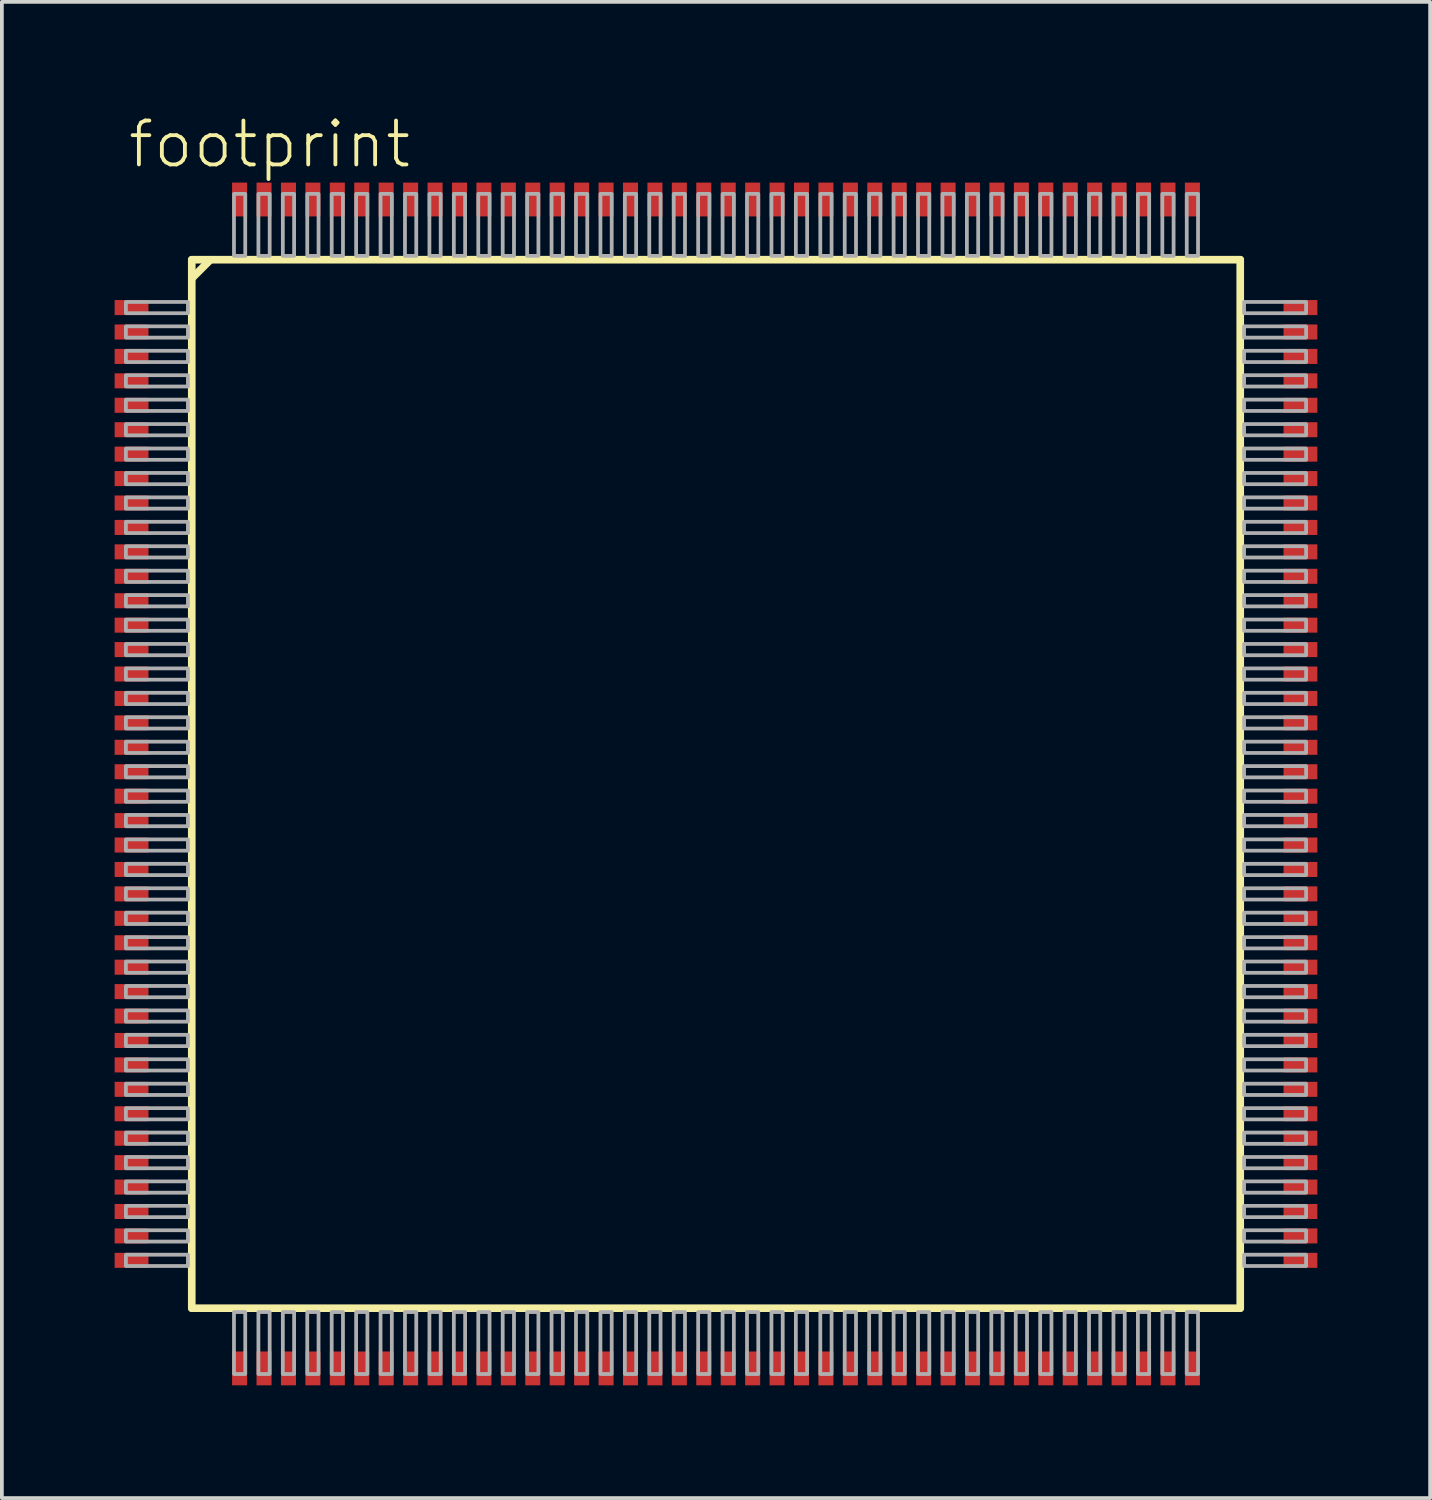
<source format=kicad_pcb>
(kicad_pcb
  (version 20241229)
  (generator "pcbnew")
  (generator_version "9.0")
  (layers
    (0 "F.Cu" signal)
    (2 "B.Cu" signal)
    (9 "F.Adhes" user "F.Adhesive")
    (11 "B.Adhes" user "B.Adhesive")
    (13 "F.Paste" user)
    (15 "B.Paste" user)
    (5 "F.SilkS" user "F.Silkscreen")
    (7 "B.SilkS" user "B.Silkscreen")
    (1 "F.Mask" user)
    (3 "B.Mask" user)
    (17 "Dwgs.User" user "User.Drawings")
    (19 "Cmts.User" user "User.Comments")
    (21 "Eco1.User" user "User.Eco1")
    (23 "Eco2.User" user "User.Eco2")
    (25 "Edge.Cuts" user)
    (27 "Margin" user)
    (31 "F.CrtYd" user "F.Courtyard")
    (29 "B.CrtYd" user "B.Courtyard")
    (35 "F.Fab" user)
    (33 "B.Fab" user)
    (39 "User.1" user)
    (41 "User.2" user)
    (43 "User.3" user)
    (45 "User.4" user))
  (footprint "footprint"
    (layer "F.Cu")
    (at 16 17.808)
    (property "Reference" "footprint" (at -15.7 -16.335 0) (layer "F.SilkS") (effects (font (size 1.168 1.168) (thickness 0.102)) (justify left bottom)))
    (fp_line (start -13.948 -13.948) (end -13.948 13.948) (stroke (width 0.203) (type solid)) (layer "F.SilkS"))
    (fp_line (start -13.948 -13.45) (end -13.45 -13.948) (stroke (width 0.203) (type solid)) (layer "F.SilkS"))
    (fp_line (start -13.948 13.948) (end 13.948 13.948) (stroke (width 0.203) (type solid)) (layer "F.SilkS"))
    (fp_line (start 13.948 -13.948) (end -13.948 -13.948) (stroke (width 0.203) (type solid)) (layer "F.SilkS"))
    (fp_line (start 13.948 13.948) (end 13.948 -13.948) (stroke (width 0.203) (type solid)) (layer "F.SilkS"))
    (fp_poly (pts (xy -15.7 -12.525) (xy -14.05 -12.525) (xy -14.05 -12.825) (xy -15.7 -12.825)) (stroke (width 0.1) (type solid)) (fill no) (layer "F.Fab"))
    (fp_poly (pts (xy -15.7 -11.875) (xy -14.05 -11.875) (xy -14.05 -12.175) (xy -15.7 -12.175)) (stroke (width 0.1) (type solid)) (fill no) (layer "F.Fab"))
    (fp_poly (pts (xy -15.7 -11.225) (xy -14.05 -11.225) (xy -14.05 -11.525) (xy -15.7 -11.525)) (stroke (width 0.1) (type solid)) (fill no) (layer "F.Fab"))
    (fp_poly (pts (xy -15.7 -10.575) (xy -14.05 -10.575) (xy -14.05 -10.875) (xy -15.7 -10.875)) (stroke (width 0.1) (type solid)) (fill no) (layer "F.Fab"))
    (fp_poly (pts (xy -15.7 -9.925) (xy -14.05 -9.925) (xy -14.05 -10.225) (xy -15.7 -10.225)) (stroke (width 0.1) (type solid)) (fill no) (layer "F.Fab"))
    (fp_poly (pts (xy -15.7 -9.275) (xy -14.05 -9.275) (xy -14.05 -9.575) (xy -15.7 -9.575)) (stroke (width 0.1) (type solid)) (fill no) (layer "F.Fab"))
    (fp_poly (pts (xy -15.7 -8.625) (xy -14.05 -8.625) (xy -14.05 -8.925) (xy -15.7 -8.925)) (stroke (width 0.1) (type solid)) (fill no) (layer "F.Fab"))
    (fp_poly (pts (xy -15.7 -7.975) (xy -14.05 -7.975) (xy -14.05 -8.275) (xy -15.7 -8.275)) (stroke (width 0.1) (type solid)) (fill no) (layer "F.Fab"))
    (fp_poly (pts (xy -15.7 -7.325) (xy -14.05 -7.325) (xy -14.05 -7.625) (xy -15.7 -7.625)) (stroke (width 0.1) (type solid)) (fill no) (layer "F.Fab"))
    (fp_poly (pts (xy -15.7 -6.675) (xy -14.05 -6.675) (xy -14.05 -6.975) (xy -15.7 -6.975)) (stroke (width 0.1) (type solid)) (fill no) (layer "F.Fab"))
    (fp_poly (pts (xy -15.7 -6.025) (xy -14.05 -6.025) (xy -14.05 -6.325) (xy -15.7 -6.325)) (stroke (width 0.1) (type solid)) (fill no) (layer "F.Fab"))
    (fp_poly (pts (xy -15.7 -5.375) (xy -14.05 -5.375) (xy -14.05 -5.675) (xy -15.7 -5.675)) (stroke (width 0.1) (type solid)) (fill no) (layer "F.Fab"))
    (fp_poly (pts (xy -15.7 -4.725) (xy -14.05 -4.725) (xy -14.05 -5.025) (xy -15.7 -5.025)) (stroke (width 0.1) (type solid)) (fill no) (layer "F.Fab"))
    (fp_poly (pts (xy -15.7 -4.075) (xy -14.05 -4.075) (xy -14.05 -4.375) (xy -15.7 -4.375)) (stroke (width 0.1) (type solid)) (fill no) (layer "F.Fab"))
    (fp_poly (pts (xy -15.7 -3.425) (xy -14.05 -3.425) (xy -14.05 -3.725) (xy -15.7 -3.725)) (stroke (width 0.1) (type solid)) (fill no) (layer "F.Fab"))
    (fp_poly (pts (xy -15.7 -2.775) (xy -14.05 -2.775) (xy -14.05 -3.075) (xy -15.7 -3.075)) (stroke (width 0.1) (type solid)) (fill no) (layer "F.Fab"))
    (fp_poly (pts (xy -15.7 -2.125) (xy -14.05 -2.125) (xy -14.05 -2.425) (xy -15.7 -2.425)) (stroke (width 0.1) (type solid)) (fill no) (layer "F.Fab"))
    (fp_poly (pts (xy -15.7 -1.475) (xy -14.05 -1.475) (xy -14.05 -1.775) (xy -15.7 -1.775)) (stroke (width 0.1) (type solid)) (fill no) (layer "F.Fab"))
    (fp_poly (pts (xy -15.7 -0.825) (xy -14.05 -0.825) (xy -14.05 -1.125) (xy -15.7 -1.125)) (stroke (width 0.1) (type solid)) (fill no) (layer "F.Fab"))
    (fp_poly (pts (xy -15.7 -0.175) (xy -14.05 -0.175) (xy -14.05 -0.475) (xy -15.7 -0.475)) (stroke (width 0.1) (type solid)) (fill no) (layer "F.Fab"))
    (fp_poly (pts (xy -15.7 0.475) (xy -14.05 0.475) (xy -14.05 0.175) (xy -15.7 0.175)) (stroke (width 0.1) (type solid)) (fill no) (layer "F.Fab"))
    (fp_poly (pts (xy -15.7 1.125) (xy -14.05 1.125) (xy -14.05 0.825) (xy -15.7 0.825)) (stroke (width 0.1) (type solid)) (fill no) (layer "F.Fab"))
    (fp_poly (pts (xy -15.7 1.775) (xy -14.05 1.775) (xy -14.05 1.475) (xy -15.7 1.475)) (stroke (width 0.1) (type solid)) (fill no) (layer "F.Fab"))
    (fp_poly (pts (xy -15.7 2.425) (xy -14.05 2.425) (xy -14.05 2.125) (xy -15.7 2.125)) (stroke (width 0.1) (type solid)) (fill no) (layer "F.Fab"))
    (fp_poly (pts (xy -15.7 3.075) (xy -14.05 3.075) (xy -14.05 2.775) (xy -15.7 2.775)) (stroke (width 0.1) (type solid)) (fill no) (layer "F.Fab"))
    (fp_poly (pts (xy -15.7 3.725) (xy -14.05 3.725) (xy -14.05 3.425) (xy -15.7 3.425)) (stroke (width 0.1) (type solid)) (fill no) (layer "F.Fab"))
    (fp_poly (pts (xy -15.7 4.375) (xy -14.05 4.375) (xy -14.05 4.075) (xy -15.7 4.075)) (stroke (width 0.1) (type solid)) (fill no) (layer "F.Fab"))
    (fp_poly (pts (xy -15.7 5.025) (xy -14.05 5.025) (xy -14.05 4.725) (xy -15.7 4.725)) (stroke (width 0.1) (type solid)) (fill no) (layer "F.Fab"))
    (fp_poly (pts (xy -15.7 5.675) (xy -14.05 5.675) (xy -14.05 5.375) (xy -15.7 5.375)) (stroke (width 0.1) (type solid)) (fill no) (layer "F.Fab"))
    (fp_poly (pts (xy -15.7 6.325) (xy -14.05 6.325) (xy -14.05 6.025) (xy -15.7 6.025)) (stroke (width 0.1) (type solid)) (fill no) (layer "F.Fab"))
    (fp_poly (pts (xy -15.7 6.975) (xy -14.05 6.975) (xy -14.05 6.675) (xy -15.7 6.675)) (stroke (width 0.1) (type solid)) (fill no) (layer "F.Fab"))
    (fp_poly (pts (xy -15.7 7.625) (xy -14.05 7.625) (xy -14.05 7.325) (xy -15.7 7.325)) (stroke (width 0.1) (type solid)) (fill no) (layer "F.Fab"))
    (fp_poly (pts (xy -15.7 8.275) (xy -14.05 8.275) (xy -14.05 7.975) (xy -15.7 7.975)) (stroke (width 0.1) (type solid)) (fill no) (layer "F.Fab"))
    (fp_poly (pts (xy -15.7 8.925) (xy -14.05 8.925) (xy -14.05 8.625) (xy -15.7 8.625)) (stroke (width 0.1) (type solid)) (fill no) (layer "F.Fab"))
    (fp_poly (pts (xy -15.7 9.575) (xy -14.05 9.575) (xy -14.05 9.275) (xy -15.7 9.275)) (stroke (width 0.1) (type solid)) (fill no) (layer "F.Fab"))
    (fp_poly (pts (xy -15.7 10.225) (xy -14.05 10.225) (xy -14.05 9.925) (xy -15.7 9.925)) (stroke (width 0.1) (type solid)) (fill no) (layer "F.Fab"))
    (fp_poly (pts (xy -15.7 10.875) (xy -14.05 10.875) (xy -14.05 10.575) (xy -15.7 10.575)) (stroke (width 0.1) (type solid)) (fill no) (layer "F.Fab"))
    (fp_poly (pts (xy -15.7 11.525) (xy -14.05 11.525) (xy -14.05 11.225) (xy -15.7 11.225)) (stroke (width 0.1) (type solid)) (fill no) (layer "F.Fab"))
    (fp_poly (pts (xy -15.7 12.175) (xy -14.05 12.175) (xy -14.05 11.875) (xy -15.7 11.875)) (stroke (width 0.1) (type solid)) (fill no) (layer "F.Fab"))
    (fp_poly (pts (xy -15.7 12.825) (xy -14.05 12.825) (xy -14.05 12.525) (xy -15.7 12.525)) (stroke (width 0.1) (type solid)) (fill no) (layer "F.Fab"))
    (fp_poly (pts (xy -12.825 -14.05) (xy -12.525 -14.05) (xy -12.525 -15.7) (xy -12.825 -15.7)) (stroke (width 0.1) (type solid)) (fill no) (layer "F.Fab"))
    (fp_poly (pts (xy -12.825 15.7) (xy -12.525 15.7) (xy -12.525 14.05) (xy -12.825 14.05)) (stroke (width 0.1) (type solid)) (fill no) (layer "F.Fab"))
    (fp_poly (pts (xy -12.175 -14.05) (xy -11.875 -14.05) (xy -11.875 -15.7) (xy -12.175 -15.7)) (stroke (width 0.1) (type solid)) (fill no) (layer "F.Fab"))
    (fp_poly (pts (xy -12.175 15.7) (xy -11.875 15.7) (xy -11.875 14.05) (xy -12.175 14.05)) (stroke (width 0.1) (type solid)) (fill no) (layer "F.Fab"))
    (fp_poly (pts (xy -11.525 -14.05) (xy -11.225 -14.05) (xy -11.225 -15.7) (xy -11.525 -15.7)) (stroke (width 0.1) (type solid)) (fill no) (layer "F.Fab"))
    (fp_poly (pts (xy -11.525 15.7) (xy -11.225 15.7) (xy -11.225 14.05) (xy -11.525 14.05)) (stroke (width 0.1) (type solid)) (fill no) (layer "F.Fab"))
    (fp_poly (pts (xy -10.875 -14.05) (xy -10.575 -14.05) (xy -10.575 -15.7) (xy -10.875 -15.7)) (stroke (width 0.1) (type solid)) (fill no) (layer "F.Fab"))
    (fp_poly (pts (xy -10.875 15.7) (xy -10.575 15.7) (xy -10.575 14.05) (xy -10.875 14.05)) (stroke (width 0.1) (type solid)) (fill no) (layer "F.Fab"))
    (fp_poly (pts (xy -10.225 -14.05) (xy -9.925 -14.05) (xy -9.925 -15.7) (xy -10.225 -15.7)) (stroke (width 0.1) (type solid)) (fill no) (layer "F.Fab"))
    (fp_poly (pts (xy -10.225 15.7) (xy -9.925 15.7) (xy -9.925 14.05) (xy -10.225 14.05)) (stroke (width 0.1) (type solid)) (fill no) (layer "F.Fab"))
    (fp_poly (pts (xy -9.575 -14.05) (xy -9.275 -14.05) (xy -9.275 -15.7) (xy -9.575 -15.7)) (stroke (width 0.1) (type solid)) (fill no) (layer "F.Fab"))
    (fp_poly (pts (xy -9.575 15.7) (xy -9.275 15.7) (xy -9.275 14.05) (xy -9.575 14.05)) (stroke (width 0.1) (type solid)) (fill no) (layer "F.Fab"))
    (fp_poly (pts (xy -8.925 -14.05) (xy -8.625 -14.05) (xy -8.625 -15.7) (xy -8.925 -15.7)) (stroke (width 0.1) (type solid)) (fill no) (layer "F.Fab"))
    (fp_poly (pts (xy -8.925 15.7) (xy -8.625 15.7) (xy -8.625 14.05) (xy -8.925 14.05)) (stroke (width 0.1) (type solid)) (fill no) (layer "F.Fab"))
    (fp_poly (pts (xy -8.275 -14.05) (xy -7.975 -14.05) (xy -7.975 -15.7) (xy -8.275 -15.7)) (stroke (width 0.1) (type solid)) (fill no) (layer "F.Fab"))
    (fp_poly (pts (xy -8.275 15.7) (xy -7.975 15.7) (xy -7.975 14.05) (xy -8.275 14.05)) (stroke (width 0.1) (type solid)) (fill no) (layer "F.Fab"))
    (fp_poly (pts (xy -7.625 -14.05) (xy -7.325 -14.05) (xy -7.325 -15.7) (xy -7.625 -15.7)) (stroke (width 0.1) (type solid)) (fill no) (layer "F.Fab"))
    (fp_poly (pts (xy -7.625 15.7) (xy -7.325 15.7) (xy -7.325 14.05) (xy -7.625 14.05)) (stroke (width 0.1) (type solid)) (fill no) (layer "F.Fab"))
    (fp_poly (pts (xy -6.975 -14.05) (xy -6.675 -14.05) (xy -6.675 -15.7) (xy -6.975 -15.7)) (stroke (width 0.1) (type solid)) (fill no) (layer "F.Fab"))
    (fp_poly (pts (xy -6.975 15.7) (xy -6.675 15.7) (xy -6.675 14.05) (xy -6.975 14.05)) (stroke (width 0.1) (type solid)) (fill no) (layer "F.Fab"))
    (fp_poly (pts (xy -6.325 -14.05) (xy -6.025 -14.05) (xy -6.025 -15.7) (xy -6.325 -15.7)) (stroke (width 0.1) (type solid)) (fill no) (layer "F.Fab"))
    (fp_poly (pts (xy -6.325 15.7) (xy -6.025 15.7) (xy -6.025 14.05) (xy -6.325 14.05)) (stroke (width 0.1) (type solid)) (fill no) (layer "F.Fab"))
    (fp_poly (pts (xy -5.675 -14.05) (xy -5.375 -14.05) (xy -5.375 -15.7) (xy -5.675 -15.7)) (stroke (width 0.1) (type solid)) (fill no) (layer "F.Fab"))
    (fp_poly (pts (xy -5.675 15.7) (xy -5.375 15.7) (xy -5.375 14.05) (xy -5.675 14.05)) (stroke (width 0.1) (type solid)) (fill no) (layer "F.Fab"))
    (fp_poly (pts (xy -5.025 -14.05) (xy -4.725 -14.05) (xy -4.725 -15.7) (xy -5.025 -15.7)) (stroke (width 0.1) (type solid)) (fill no) (layer "F.Fab"))
    (fp_poly (pts (xy -5.025 15.7) (xy -4.725 15.7) (xy -4.725 14.05) (xy -5.025 14.05)) (stroke (width 0.1) (type solid)) (fill no) (layer "F.Fab"))
    (fp_poly (pts (xy -4.375 -14.05) (xy -4.075 -14.05) (xy -4.075 -15.7) (xy -4.375 -15.7)) (stroke (width 0.1) (type solid)) (fill no) (layer "F.Fab"))
    (fp_poly (pts (xy -4.375 15.7) (xy -4.075 15.7) (xy -4.075 14.05) (xy -4.375 14.05)) (stroke (width 0.1) (type solid)) (fill no) (layer "F.Fab"))
    (fp_poly (pts (xy -3.725 -14.05) (xy -3.425 -14.05) (xy -3.425 -15.7) (xy -3.725 -15.7)) (stroke (width 0.1) (type solid)) (fill no) (layer "F.Fab"))
    (fp_poly (pts (xy -3.725 15.7) (xy -3.425 15.7) (xy -3.425 14.05) (xy -3.725 14.05)) (stroke (width 0.1) (type solid)) (fill no) (layer "F.Fab"))
    (fp_poly (pts (xy -3.075 -14.05) (xy -2.775 -14.05) (xy -2.775 -15.7) (xy -3.075 -15.7)) (stroke (width 0.1) (type solid)) (fill no) (layer "F.Fab"))
    (fp_poly (pts (xy -3.075 15.7) (xy -2.775 15.7) (xy -2.775 14.05) (xy -3.075 14.05)) (stroke (width 0.1) (type solid)) (fill no) (layer "F.Fab"))
    (fp_poly (pts (xy -2.425 -14.05) (xy -2.125 -14.05) (xy -2.125 -15.7) (xy -2.425 -15.7)) (stroke (width 0.1) (type solid)) (fill no) (layer "F.Fab"))
    (fp_poly (pts (xy -2.425 15.7) (xy -2.125 15.7) (xy -2.125 14.05) (xy -2.425 14.05)) (stroke (width 0.1) (type solid)) (fill no) (layer "F.Fab"))
    (fp_poly (pts (xy -1.775 -14.05) (xy -1.475 -14.05) (xy -1.475 -15.7) (xy -1.775 -15.7)) (stroke (width 0.1) (type solid)) (fill no) (layer "F.Fab"))
    (fp_poly (pts (xy -1.775 15.7) (xy -1.475 15.7) (xy -1.475 14.05) (xy -1.775 14.05)) (stroke (width 0.1) (type solid)) (fill no) (layer "F.Fab"))
    (fp_poly (pts (xy -1.125 -14.05) (xy -0.825 -14.05) (xy -0.825 -15.7) (xy -1.125 -15.7)) (stroke (width 0.1) (type solid)) (fill no) (layer "F.Fab"))
    (fp_poly (pts (xy -1.125 15.7) (xy -0.825 15.7) (xy -0.825 14.05) (xy -1.125 14.05)) (stroke (width 0.1) (type solid)) (fill no) (layer "F.Fab"))
    (fp_poly (pts (xy -0.475 -14.05) (xy -0.175 -14.05) (xy -0.175 -15.7) (xy -0.475 -15.7)) (stroke (width 0.1) (type solid)) (fill no) (layer "F.Fab"))
    (fp_poly (pts (xy -0.475 15.7) (xy -0.175 15.7) (xy -0.175 14.05) (xy -0.475 14.05)) (stroke (width 0.1) (type solid)) (fill no) (layer "F.Fab"))
    (fp_poly (pts (xy 0.175 -14.05) (xy 0.475 -14.05) (xy 0.475 -15.7) (xy 0.175 -15.7)) (stroke (width 0.1) (type solid)) (fill no) (layer "F.Fab"))
    (fp_poly (pts (xy 0.175 15.7) (xy 0.475 15.7) (xy 0.475 14.05) (xy 0.175 14.05)) (stroke (width 0.1) (type solid)) (fill no) (layer "F.Fab"))
    (fp_poly (pts (xy 0.825 -14.05) (xy 1.125 -14.05) (xy 1.125 -15.7) (xy 0.825 -15.7)) (stroke (width 0.1) (type solid)) (fill no) (layer "F.Fab"))
    (fp_poly (pts (xy 0.825 15.7) (xy 1.125 15.7) (xy 1.125 14.05) (xy 0.825 14.05)) (stroke (width 0.1) (type solid)) (fill no) (layer "F.Fab"))
    (fp_poly (pts (xy 1.475 -14.05) (xy 1.775 -14.05) (xy 1.775 -15.7) (xy 1.475 -15.7)) (stroke (width 0.1) (type solid)) (fill no) (layer "F.Fab"))
    (fp_poly (pts (xy 1.475 15.7) (xy 1.775 15.7) (xy 1.775 14.05) (xy 1.475 14.05)) (stroke (width 0.1) (type solid)) (fill no) (layer "F.Fab"))
    (fp_poly (pts (xy 2.125 -14.05) (xy 2.425 -14.05) (xy 2.425 -15.7) (xy 2.125 -15.7)) (stroke (width 0.1) (type solid)) (fill no) (layer "F.Fab"))
    (fp_poly (pts (xy 2.125 15.7) (xy 2.425 15.7) (xy 2.425 14.05) (xy 2.125 14.05)) (stroke (width 0.1) (type solid)) (fill no) (layer "F.Fab"))
    (fp_poly (pts (xy 2.775 -14.05) (xy 3.075 -14.05) (xy 3.075 -15.7) (xy 2.775 -15.7)) (stroke (width 0.1) (type solid)) (fill no) (layer "F.Fab"))
    (fp_poly (pts (xy 2.775 15.7) (xy 3.075 15.7) (xy 3.075 14.05) (xy 2.775 14.05)) (stroke (width 0.1) (type solid)) (fill no) (layer "F.Fab"))
    (fp_poly (pts (xy 3.425 -14.05) (xy 3.725 -14.05) (xy 3.725 -15.7) (xy 3.425 -15.7)) (stroke (width 0.1) (type solid)) (fill no) (layer "F.Fab"))
    (fp_poly (pts (xy 3.425 15.7) (xy 3.725 15.7) (xy 3.725 14.05) (xy 3.425 14.05)) (stroke (width 0.1) (type solid)) (fill no) (layer "F.Fab"))
    (fp_poly (pts (xy 4.075 -14.05) (xy 4.375 -14.05) (xy 4.375 -15.7) (xy 4.075 -15.7)) (stroke (width 0.1) (type solid)) (fill no) (layer "F.Fab"))
    (fp_poly (pts (xy 4.075 15.7) (xy 4.375 15.7) (xy 4.375 14.05) (xy 4.075 14.05)) (stroke (width 0.1) (type solid)) (fill no) (layer "F.Fab"))
    (fp_poly (pts (xy 4.725 -14.05) (xy 5.025 -14.05) (xy 5.025 -15.7) (xy 4.725 -15.7)) (stroke (width 0.1) (type solid)) (fill no) (layer "F.Fab"))
    (fp_poly (pts (xy 4.725 15.7) (xy 5.025 15.7) (xy 5.025 14.05) (xy 4.725 14.05)) (stroke (width 0.1) (type solid)) (fill no) (layer "F.Fab"))
    (fp_poly (pts (xy 5.375 -14.05) (xy 5.675 -14.05) (xy 5.675 -15.7) (xy 5.375 -15.7)) (stroke (width 0.1) (type solid)) (fill no) (layer "F.Fab"))
    (fp_poly (pts (xy 5.375 15.7) (xy 5.675 15.7) (xy 5.675 14.05) (xy 5.375 14.05)) (stroke (width 0.1) (type solid)) (fill no) (layer "F.Fab"))
    (fp_poly (pts (xy 6.025 -14.05) (xy 6.325 -14.05) (xy 6.325 -15.7) (xy 6.025 -15.7)) (stroke (width 0.1) (type solid)) (fill no) (layer "F.Fab"))
    (fp_poly (pts (xy 6.025 15.7) (xy 6.325 15.7) (xy 6.325 14.05) (xy 6.025 14.05)) (stroke (width 0.1) (type solid)) (fill no) (layer "F.Fab"))
    (fp_poly (pts (xy 6.675 -14.05) (xy 6.975 -14.05) (xy 6.975 -15.7) (xy 6.675 -15.7)) (stroke (width 0.1) (type solid)) (fill no) (layer "F.Fab"))
    (fp_poly (pts (xy 6.675 15.7) (xy 6.975 15.7) (xy 6.975 14.05) (xy 6.675 14.05)) (stroke (width 0.1) (type solid)) (fill no) (layer "F.Fab"))
    (fp_poly (pts (xy 7.325 -14.05) (xy 7.625 -14.05) (xy 7.625 -15.7) (xy 7.325 -15.7)) (stroke (width 0.1) (type solid)) (fill no) (layer "F.Fab"))
    (fp_poly (pts (xy 7.325 15.7) (xy 7.625 15.7) (xy 7.625 14.05) (xy 7.325 14.05)) (stroke (width 0.1) (type solid)) (fill no) (layer "F.Fab"))
    (fp_poly (pts (xy 7.975 -14.05) (xy 8.275 -14.05) (xy 8.275 -15.7) (xy 7.975 -15.7)) (stroke (width 0.1) (type solid)) (fill no) (layer "F.Fab"))
    (fp_poly (pts (xy 7.975 15.7) (xy 8.275 15.7) (xy 8.275 14.05) (xy 7.975 14.05)) (stroke (width 0.1) (type solid)) (fill no) (layer "F.Fab"))
    (fp_poly (pts (xy 8.625 -14.05) (xy 8.925 -14.05) (xy 8.925 -15.7) (xy 8.625 -15.7)) (stroke (width 0.1) (type solid)) (fill no) (layer "F.Fab"))
    (fp_poly (pts (xy 8.625 15.7) (xy 8.925 15.7) (xy 8.925 14.05) (xy 8.625 14.05)) (stroke (width 0.1) (type solid)) (fill no) (layer "F.Fab"))
    (fp_poly (pts (xy 9.275 -14.05) (xy 9.575 -14.05) (xy 9.575 -15.7) (xy 9.275 -15.7)) (stroke (width 0.1) (type solid)) (fill no) (layer "F.Fab"))
    (fp_poly (pts (xy 9.275 15.7) (xy 9.575 15.7) (xy 9.575 14.05) (xy 9.275 14.05)) (stroke (width 0.1) (type solid)) (fill no) (layer "F.Fab"))
    (fp_poly (pts (xy 9.925 -14.05) (xy 10.225 -14.05) (xy 10.225 -15.7) (xy 9.925 -15.7)) (stroke (width 0.1) (type solid)) (fill no) (layer "F.Fab"))
    (fp_poly (pts (xy 9.925 15.7) (xy 10.225 15.7) (xy 10.225 14.05) (xy 9.925 14.05)) (stroke (width 0.1) (type solid)) (fill no) (layer "F.Fab"))
    (fp_poly (pts (xy 10.575 -14.05) (xy 10.875 -14.05) (xy 10.875 -15.7) (xy 10.575 -15.7)) (stroke (width 0.1) (type solid)) (fill no) (layer "F.Fab"))
    (fp_poly (pts (xy 10.575 15.7) (xy 10.875 15.7) (xy 10.875 14.05) (xy 10.575 14.05)) (stroke (width 0.1) (type solid)) (fill no) (layer "F.Fab"))
    (fp_poly (pts (xy 11.225 -14.05) (xy 11.525 -14.05) (xy 11.525 -15.7) (xy 11.225 -15.7)) (stroke (width 0.1) (type solid)) (fill no) (layer "F.Fab"))
    (fp_poly (pts (xy 11.225 15.7) (xy 11.525 15.7) (xy 11.525 14.05) (xy 11.225 14.05)) (stroke (width 0.1) (type solid)) (fill no) (layer "F.Fab"))
    (fp_poly (pts (xy 11.875 -14.05) (xy 12.175 -14.05) (xy 12.175 -15.7) (xy 11.875 -15.7)) (stroke (width 0.1) (type solid)) (fill no) (layer "F.Fab"))
    (fp_poly (pts (xy 11.875 15.7) (xy 12.175 15.7) (xy 12.175 14.05) (xy 11.875 14.05)) (stroke (width 0.1) (type solid)) (fill no) (layer "F.Fab"))
    (fp_poly (pts (xy 12.525 -14.05) (xy 12.825 -14.05) (xy 12.825 -15.7) (xy 12.525 -15.7)) (stroke (width 0.1) (type solid)) (fill no) (layer "F.Fab"))
    (fp_poly (pts (xy 12.525 15.7) (xy 12.825 15.7) (xy 12.825 14.05) (xy 12.525 14.05)) (stroke (width 0.1) (type solid)) (fill no) (layer "F.Fab"))
    (fp_poly (pts (xy 14.05 -12.525) (xy 15.7 -12.525) (xy 15.7 -12.825) (xy 14.05 -12.825)) (stroke (width 0.1) (type solid)) (fill no) (layer "F.Fab"))
    (fp_poly (pts (xy 14.05 -11.875) (xy 15.7 -11.875) (xy 15.7 -12.175) (xy 14.05 -12.175)) (stroke (width 0.1) (type solid)) (fill no) (layer "F.Fab"))
    (fp_poly (pts (xy 14.05 -11.225) (xy 15.7 -11.225) (xy 15.7 -11.525) (xy 14.05 -11.525)) (stroke (width 0.1) (type solid)) (fill no) (layer "F.Fab"))
    (fp_poly (pts (xy 14.05 -10.575) (xy 15.7 -10.575) (xy 15.7 -10.875) (xy 14.05 -10.875)) (stroke (width 0.1) (type solid)) (fill no) (layer "F.Fab"))
    (fp_poly (pts (xy 14.05 -9.925) (xy 15.7 -9.925) (xy 15.7 -10.225) (xy 14.05 -10.225)) (stroke (width 0.1) (type solid)) (fill no) (layer "F.Fab"))
    (fp_poly (pts (xy 14.05 -9.275) (xy 15.7 -9.275) (xy 15.7 -9.575) (xy 14.05 -9.575)) (stroke (width 0.1) (type solid)) (fill no) (layer "F.Fab"))
    (fp_poly (pts (xy 14.05 -8.625) (xy 15.7 -8.625) (xy 15.7 -8.925) (xy 14.05 -8.925)) (stroke (width 0.1) (type solid)) (fill no) (layer "F.Fab"))
    (fp_poly (pts (xy 14.05 -7.975) (xy 15.7 -7.975) (xy 15.7 -8.275) (xy 14.05 -8.275)) (stroke (width 0.1) (type solid)) (fill no) (layer "F.Fab"))
    (fp_poly (pts (xy 14.05 -7.325) (xy 15.7 -7.325) (xy 15.7 -7.625) (xy 14.05 -7.625)) (stroke (width 0.1) (type solid)) (fill no) (layer "F.Fab"))
    (fp_poly (pts (xy 14.05 -6.675) (xy 15.7 -6.675) (xy 15.7 -6.975) (xy 14.05 -6.975)) (stroke (width 0.1) (type solid)) (fill no) (layer "F.Fab"))
    (fp_poly (pts (xy 14.05 -6.025) (xy 15.7 -6.025) (xy 15.7 -6.325) (xy 14.05 -6.325)) (stroke (width 0.1) (type solid)) (fill no) (layer "F.Fab"))
    (fp_poly (pts (xy 14.05 -5.375) (xy 15.7 -5.375) (xy 15.7 -5.675) (xy 14.05 -5.675)) (stroke (width 0.1) (type solid)) (fill no) (layer "F.Fab"))
    (fp_poly (pts (xy 14.05 -4.725) (xy 15.7 -4.725) (xy 15.7 -5.025) (xy 14.05 -5.025)) (stroke (width 0.1) (type solid)) (fill no) (layer "F.Fab"))
    (fp_poly (pts (xy 14.05 -4.075) (xy 15.7 -4.075) (xy 15.7 -4.375) (xy 14.05 -4.375)) (stroke (width 0.1) (type solid)) (fill no) (layer "F.Fab"))
    (fp_poly (pts (xy 14.05 -3.425) (xy 15.7 -3.425) (xy 15.7 -3.725) (xy 14.05 -3.725)) (stroke (width 0.1) (type solid)) (fill no) (layer "F.Fab"))
    (fp_poly (pts (xy 14.05 -2.775) (xy 15.7 -2.775) (xy 15.7 -3.075) (xy 14.05 -3.075)) (stroke (width 0.1) (type solid)) (fill no) (layer "F.Fab"))
    (fp_poly (pts (xy 14.05 -2.125) (xy 15.7 -2.125) (xy 15.7 -2.425) (xy 14.05 -2.425)) (stroke (width 0.1) (type solid)) (fill no) (layer "F.Fab"))
    (fp_poly (pts (xy 14.05 -1.475) (xy 15.7 -1.475) (xy 15.7 -1.775) (xy 14.05 -1.775)) (stroke (width 0.1) (type solid)) (fill no) (layer "F.Fab"))
    (fp_poly (pts (xy 14.05 -0.825) (xy 15.7 -0.825) (xy 15.7 -1.125) (xy 14.05 -1.125)) (stroke (width 0.1) (type solid)) (fill no) (layer "F.Fab"))
    (fp_poly (pts (xy 14.05 -0.175) (xy 15.7 -0.175) (xy 15.7 -0.475) (xy 14.05 -0.475)) (stroke (width 0.1) (type solid)) (fill no) (layer "F.Fab"))
    (fp_poly (pts (xy 14.05 0.475) (xy 15.7 0.475) (xy 15.7 0.175) (xy 14.05 0.175)) (stroke (width 0.1) (type solid)) (fill no) (layer "F.Fab"))
    (fp_poly (pts (xy 14.05 1.125) (xy 15.7 1.125) (xy 15.7 0.825) (xy 14.05 0.825)) (stroke (width 0.1) (type solid)) (fill no) (layer "F.Fab"))
    (fp_poly (pts (xy 14.05 1.775) (xy 15.7 1.775) (xy 15.7 1.475) (xy 14.05 1.475)) (stroke (width 0.1) (type solid)) (fill no) (layer "F.Fab"))
    (fp_poly (pts (xy 14.05 2.425) (xy 15.7 2.425) (xy 15.7 2.125) (xy 14.05 2.125)) (stroke (width 0.1) (type solid)) (fill no) (layer "F.Fab"))
    (fp_poly (pts (xy 14.05 3.075) (xy 15.7 3.075) (xy 15.7 2.775) (xy 14.05 2.775)) (stroke (width 0.1) (type solid)) (fill no) (layer "F.Fab"))
    (fp_poly (pts (xy 14.05 3.725) (xy 15.7 3.725) (xy 15.7 3.425) (xy 14.05 3.425)) (stroke (width 0.1) (type solid)) (fill no) (layer "F.Fab"))
    (fp_poly (pts (xy 14.05 4.375) (xy 15.7 4.375) (xy 15.7 4.075) (xy 14.05 4.075)) (stroke (width 0.1) (type solid)) (fill no) (layer "F.Fab"))
    (fp_poly (pts (xy 14.05 5.025) (xy 15.7 5.025) (xy 15.7 4.725) (xy 14.05 4.725)) (stroke (width 0.1) (type solid)) (fill no) (layer "F.Fab"))
    (fp_poly (pts (xy 14.05 5.675) (xy 15.7 5.675) (xy 15.7 5.375) (xy 14.05 5.375)) (stroke (width 0.1) (type solid)) (fill no) (layer "F.Fab"))
    (fp_poly (pts (xy 14.05 6.325) (xy 15.7 6.325) (xy 15.7 6.025) (xy 14.05 6.025)) (stroke (width 0.1) (type solid)) (fill no) (layer "F.Fab"))
    (fp_poly (pts (xy 14.05 6.975) (xy 15.7 6.975) (xy 15.7 6.675) (xy 14.05 6.675)) (stroke (width 0.1) (type solid)) (fill no) (layer "F.Fab"))
    (fp_poly (pts (xy 14.05 7.625) (xy 15.7 7.625) (xy 15.7 7.325) (xy 14.05 7.325)) (stroke (width 0.1) (type solid)) (fill no) (layer "F.Fab"))
    (fp_poly (pts (xy 14.05 8.275) (xy 15.7 8.275) (xy 15.7 7.975) (xy 14.05 7.975)) (stroke (width 0.1) (type solid)) (fill no) (layer "F.Fab"))
    (fp_poly (pts (xy 14.05 8.925) (xy 15.7 8.925) (xy 15.7 8.625) (xy 14.05 8.625)) (stroke (width 0.1) (type solid)) (fill no) (layer "F.Fab"))
    (fp_poly (pts (xy 14.05 9.575) (xy 15.7 9.575) (xy 15.7 9.275) (xy 14.05 9.275)) (stroke (width 0.1) (type solid)) (fill no) (layer "F.Fab"))
    (fp_poly (pts (xy 14.05 10.225) (xy 15.7 10.225) (xy 15.7 9.925) (xy 14.05 9.925)) (stroke (width 0.1) (type solid)) (fill no) (layer "F.Fab"))
    (fp_poly (pts (xy 14.05 10.875) (xy 15.7 10.875) (xy 15.7 10.575) (xy 14.05 10.575)) (stroke (width 0.1) (type solid)) (fill no) (layer "F.Fab"))
    (fp_poly (pts (xy 14.05 11.525) (xy 15.7 11.525) (xy 15.7 11.225) (xy 14.05 11.225)) (stroke (width 0.1) (type solid)) (fill no) (layer "F.Fab"))
    (fp_poly (pts (xy 14.05 12.175) (xy 15.7 12.175) (xy 15.7 11.875) (xy 14.05 11.875)) (stroke (width 0.1) (type solid)) (fill no) (layer "F.Fab"))
    (fp_poly (pts (xy 14.05 12.825) (xy 15.7 12.825) (xy 15.7 12.525) (xy 14.05 12.525)) (stroke (width 0.1) (type solid)) (fill no) (layer "F.Fab"))
    (pad "1" smd rect (at -15.55 -12.675) (size 0.9 0.4) (layers "F.Cu" "F.Mask" "F.Paste"))
    (pad "2" smd rect (at -15.55 -12.025) (size 0.9 0.4) (layers "F.Cu" "F.Mask" "F.Paste"))
    (pad "3" smd rect (at -15.55 -11.375) (size 0.9 0.4) (layers "F.Cu" "F.Mask" "F.Paste"))
    (pad "4" smd rect (at -15.55 -10.725) (size 0.9 0.4) (layers "F.Cu" "F.Mask" "F.Paste"))
    (pad "5" smd rect (at -15.55 -10.075) (size 0.9 0.4) (layers "F.Cu" "F.Mask" "F.Paste"))
    (pad "6" smd rect (at -15.55 -9.425) (size 0.9 0.4) (layers "F.Cu" "F.Mask" "F.Paste"))
    (pad "7" smd rect (at -15.55 -8.775) (size 0.9 0.4) (layers "F.Cu" "F.Mask" "F.Paste"))
    (pad "8" smd rect (at -15.55 -8.125) (size 0.9 0.4) (layers "F.Cu" "F.Mask" "F.Paste"))
    (pad "9" smd rect (at -15.55 -7.475) (size 0.9 0.4) (layers "F.Cu" "F.Mask" "F.Paste"))
    (pad "10" smd rect (at -15.55 -6.825) (size 0.9 0.4) (layers "F.Cu" "F.Mask" "F.Paste"))
    (pad "11" smd rect (at -15.55 -6.175) (size 0.9 0.4) (layers "F.Cu" "F.Mask" "F.Paste"))
    (pad "12" smd rect (at -15.55 -5.525) (size 0.9 0.4) (layers "F.Cu" "F.Mask" "F.Paste"))
    (pad "13" smd rect (at -15.55 -4.875) (size 0.9 0.4) (layers "F.Cu" "F.Mask" "F.Paste"))
    (pad "14" smd rect (at -15.55 -4.225) (size 0.9 0.4) (layers "F.Cu" "F.Mask" "F.Paste"))
    (pad "15" smd rect (at -15.55 -3.575) (size 0.9 0.4) (layers "F.Cu" "F.Mask" "F.Paste"))
    (pad "16" smd rect (at -15.55 -2.925) (size 0.9 0.4) (layers "F.Cu" "F.Mask" "F.Paste"))
    (pad "17" smd rect (at -15.55 -2.275) (size 0.9 0.4) (layers "F.Cu" "F.Mask" "F.Paste"))
    (pad "18" smd rect (at -15.55 -1.625) (size 0.9 0.4) (layers "F.Cu" "F.Mask" "F.Paste"))
    (pad "19" smd rect (at -15.55 -0.975) (size 0.9 0.4) (layers "F.Cu" "F.Mask" "F.Paste"))
    (pad "20" smd rect (at -15.55 -0.325) (size 0.9 0.4) (layers "F.Cu" "F.Mask" "F.Paste"))
    (pad "21" smd rect (at -15.55 0.325) (size 0.9 0.4) (layers "F.Cu" "F.Mask" "F.Paste"))
    (pad "22" smd rect (at -15.55 0.975) (size 0.9 0.4) (layers "F.Cu" "F.Mask" "F.Paste"))
    (pad "23" smd rect (at -15.55 1.625) (size 0.9 0.4) (layers "F.Cu" "F.Mask" "F.Paste"))
    (pad "24" smd rect (at -15.55 2.275) (size 0.9 0.4) (layers "F.Cu" "F.Mask" "F.Paste"))
    (pad "25" smd rect (at -15.55 2.925) (size 0.9 0.4) (layers "F.Cu" "F.Mask" "F.Paste"))
    (pad "26" smd rect (at -15.55 3.575) (size 0.9 0.4) (layers "F.Cu" "F.Mask" "F.Paste"))
    (pad "27" smd rect (at -15.55 4.225) (size 0.9 0.4) (layers "F.Cu" "F.Mask" "F.Paste"))
    (pad "28" smd rect (at -15.55 4.875) (size 0.9 0.4) (layers "F.Cu" "F.Mask" "F.Paste"))
    (pad "29" smd rect (at -15.55 5.525) (size 0.9 0.4) (layers "F.Cu" "F.Mask" "F.Paste"))
    (pad "30" smd rect (at -15.55 6.175) (size 0.9 0.4) (layers "F.Cu" "F.Mask" "F.Paste"))
    (pad "31" smd rect (at -15.55 6.825) (size 0.9 0.4) (layers "F.Cu" "F.Mask" "F.Paste"))
    (pad "32" smd rect (at -15.55 7.475) (size 0.9 0.4) (layers "F.Cu" "F.Mask" "F.Paste"))
    (pad "33" smd rect (at -15.55 8.125) (size 0.9 0.4) (layers "F.Cu" "F.Mask" "F.Paste"))
    (pad "34" smd rect (at -15.55 8.775) (size 0.9 0.4) (layers "F.Cu" "F.Mask" "F.Paste"))
    (pad "35" smd rect (at -15.55 9.425) (size 0.9 0.4) (layers "F.Cu" "F.Mask" "F.Paste"))
    (pad "36" smd rect (at -15.55 10.075) (size 0.9 0.4) (layers "F.Cu" "F.Mask" "F.Paste"))
    (pad "37" smd rect (at -15.55 10.725) (size 0.9 0.4) (layers "F.Cu" "F.Mask" "F.Paste"))
    (pad "38" smd rect (at -15.55 11.375) (size 0.9 0.4) (layers "F.Cu" "F.Mask" "F.Paste"))
    (pad "39" smd rect (at -15.55 12.025) (size 0.9 0.4) (layers "F.Cu" "F.Mask" "F.Paste"))
    (pad "40" smd rect (at -15.55 12.675) (size 0.9 0.4) (layers "F.Cu" "F.Mask" "F.Paste"))
    (pad "41" smd rect (at -12.675 15.55) (size 0.4 0.9) (layers "F.Cu" "F.Mask" "F.Paste"))
    (pad "42" smd rect (at -12.025 15.55) (size 0.4 0.9) (layers "F.Cu" "F.Mask" "F.Paste"))
    (pad "43" smd rect (at -11.375 15.55) (size 0.4 0.9) (layers "F.Cu" "F.Mask" "F.Paste"))
    (pad "44" smd rect (at -10.725 15.55) (size 0.4 0.9) (layers "F.Cu" "F.Mask" "F.Paste"))
    (pad "45" smd rect (at -10.075 15.55) (size 0.4 0.9) (layers "F.Cu" "F.Mask" "F.Paste"))
    (pad "46" smd rect (at -9.425 15.55) (size 0.4 0.9) (layers "F.Cu" "F.Mask" "F.Paste"))
    (pad "47" smd rect (at -8.775 15.55) (size 0.4 0.9) (layers "F.Cu" "F.Mask" "F.Paste"))
    (pad "48" smd rect (at -8.125 15.55) (size 0.4 0.9) (layers "F.Cu" "F.Mask" "F.Paste"))
    (pad "49" smd rect (at -7.475 15.55) (size 0.4 0.9) (layers "F.Cu" "F.Mask" "F.Paste"))
    (pad "50" smd rect (at -6.825 15.55) (size 0.4 0.9) (layers "F.Cu" "F.Mask" "F.Paste"))
    (pad "51" smd rect (at -6.175 15.55) (size 0.4 0.9) (layers "F.Cu" "F.Mask" "F.Paste"))
    (pad "52" smd rect (at -5.525 15.55) (size 0.4 0.9) (layers "F.Cu" "F.Mask" "F.Paste"))
    (pad "53" smd rect (at -4.875 15.55) (size 0.4 0.9) (layers "F.Cu" "F.Mask" "F.Paste"))
    (pad "54" smd rect (at -4.225 15.55) (size 0.4 0.9) (layers "F.Cu" "F.Mask" "F.Paste"))
    (pad "55" smd rect (at -3.575 15.55) (size 0.4 0.9) (layers "F.Cu" "F.Mask" "F.Paste"))
    (pad "56" smd rect (at -2.925 15.55) (size 0.4 0.9) (layers "F.Cu" "F.Mask" "F.Paste"))
    (pad "57" smd rect (at -2.275 15.55) (size 0.4 0.9) (layers "F.Cu" "F.Mask" "F.Paste"))
    (pad "58" smd rect (at -1.625 15.55) (size 0.4 0.9) (layers "F.Cu" "F.Mask" "F.Paste"))
    (pad "59" smd rect (at -0.975 15.55) (size 0.4 0.9) (layers "F.Cu" "F.Mask" "F.Paste"))
    (pad "60" smd rect (at -0.325 15.55) (size 0.4 0.9) (layers "F.Cu" "F.Mask" "F.Paste"))
    (pad "61" smd rect (at 0.325 15.55) (size 0.4 0.9) (layers "F.Cu" "F.Mask" "F.Paste"))
    (pad "62" smd rect (at 0.975 15.55) (size 0.4 0.9) (layers "F.Cu" "F.Mask" "F.Paste"))
    (pad "63" smd rect (at 1.625 15.55) (size 0.4 0.9) (layers "F.Cu" "F.Mask" "F.Paste"))
    (pad "64" smd rect (at 2.275 15.55) (size 0.4 0.9) (layers "F.Cu" "F.Mask" "F.Paste"))
    (pad "65" smd rect (at 2.925 15.55) (size 0.4 0.9) (layers "F.Cu" "F.Mask" "F.Paste"))
    (pad "66" smd rect (at 3.575 15.55) (size 0.4 0.9) (layers "F.Cu" "F.Mask" "F.Paste"))
    (pad "67" smd rect (at 4.225 15.55) (size 0.4 0.9) (layers "F.Cu" "F.Mask" "F.Paste"))
    (pad "68" smd rect (at 4.875 15.55) (size 0.4 0.9) (layers "F.Cu" "F.Mask" "F.Paste"))
    (pad "69" smd rect (at 5.525 15.55) (size 0.4 0.9) (layers "F.Cu" "F.Mask" "F.Paste"))
    (pad "70" smd rect (at 6.175 15.55) (size 0.4 0.9) (layers "F.Cu" "F.Mask" "F.Paste"))
    (pad "71" smd rect (at 6.825 15.55) (size 0.4 0.9) (layers "F.Cu" "F.Mask" "F.Paste"))
    (pad "72" smd rect (at 7.475 15.55) (size 0.4 0.9) (layers "F.Cu" "F.Mask" "F.Paste"))
    (pad "73" smd rect (at 8.125 15.55) (size 0.4 0.9) (layers "F.Cu" "F.Mask" "F.Paste"))
    (pad "74" smd rect (at 8.775 15.55) (size 0.4 0.9) (layers "F.Cu" "F.Mask" "F.Paste"))
    (pad "75" smd rect (at 9.425 15.55) (size 0.4 0.9) (layers "F.Cu" "F.Mask" "F.Paste"))
    (pad "76" smd rect (at 10.075 15.55) (size 0.4 0.9) (layers "F.Cu" "F.Mask" "F.Paste"))
    (pad "77" smd rect (at 10.725 15.55) (size 0.4 0.9) (layers "F.Cu" "F.Mask" "F.Paste"))
    (pad "78" smd rect (at 11.375 15.55) (size 0.4 0.9) (layers "F.Cu" "F.Mask" "F.Paste"))
    (pad "79" smd rect (at 12.025 15.55) (size 0.4 0.9) (layers "F.Cu" "F.Mask" "F.Paste"))
    (pad "80" smd rect (at 12.675 15.55) (size 0.4 0.9) (layers "F.Cu" "F.Mask" "F.Paste"))
    (pad "81" smd rect (at 15.55 12.675) (size 0.9 0.4) (layers "F.Cu" "F.Mask" "F.Paste"))
    (pad "82" smd rect (at 15.55 12.025) (size 0.9 0.4) (layers "F.Cu" "F.Mask" "F.Paste"))
    (pad "83" smd rect (at 15.55 11.375) (size 0.9 0.4) (layers "F.Cu" "F.Mask" "F.Paste"))
    (pad "84" smd rect (at 15.55 10.725) (size 0.9 0.4) (layers "F.Cu" "F.Mask" "F.Paste"))
    (pad "85" smd rect (at 15.55 10.075) (size 0.9 0.4) (layers "F.Cu" "F.Mask" "F.Paste"))
    (pad "86" smd rect (at 15.55 9.425) (size 0.9 0.4) (layers "F.Cu" "F.Mask" "F.Paste"))
    (pad "87" smd rect (at 15.55 8.775) (size 0.9 0.4) (layers "F.Cu" "F.Mask" "F.Paste"))
    (pad "88" smd rect (at 15.55 8.125) (size 0.9 0.4) (layers "F.Cu" "F.Mask" "F.Paste"))
    (pad "89" smd rect (at 15.55 7.475) (size 0.9 0.4) (layers "F.Cu" "F.Mask" "F.Paste"))
    (pad "90" smd rect (at 15.55 6.825) (size 0.9 0.4) (layers "F.Cu" "F.Mask" "F.Paste"))
    (pad "91" smd rect (at 15.55 6.175) (size 0.9 0.4) (layers "F.Cu" "F.Mask" "F.Paste"))
    (pad "92" smd rect (at 15.55 5.525) (size 0.9 0.4) (layers "F.Cu" "F.Mask" "F.Paste"))
    (pad "93" smd rect (at 15.55 4.875) (size 0.9 0.4) (layers "F.Cu" "F.Mask" "F.Paste"))
    (pad "94" smd rect (at 15.55 4.225) (size 0.9 0.4) (layers "F.Cu" "F.Mask" "F.Paste"))
    (pad "95" smd rect (at 15.55 3.575) (size 0.9 0.4) (layers "F.Cu" "F.Mask" "F.Paste"))
    (pad "96" smd rect (at 15.55 2.925) (size 0.9 0.4) (layers "F.Cu" "F.Mask" "F.Paste"))
    (pad "97" smd rect (at 15.55 2.275) (size 0.9 0.4) (layers "F.Cu" "F.Mask" "F.Paste"))
    (pad "98" smd rect (at 15.55 1.625) (size 0.9 0.4) (layers "F.Cu" "F.Mask" "F.Paste"))
    (pad "99" smd rect (at 15.55 0.975) (size 0.9 0.4) (layers "F.Cu" "F.Mask" "F.Paste"))
    (pad "100" smd rect (at 15.55 0.325) (size 0.9 0.4) (layers "F.Cu" "F.Mask" "F.Paste"))
    (pad "101" smd rect (at 15.55 -0.325) (size 0.9 0.4) (layers "F.Cu" "F.Mask" "F.Paste"))
    (pad "102" smd rect (at 15.55 -0.975) (size 0.9 0.4) (layers "F.Cu" "F.Mask" "F.Paste"))
    (pad "103" smd rect (at 15.55 -1.625) (size 0.9 0.4) (layers "F.Cu" "F.Mask" "F.Paste"))
    (pad "104" smd rect (at 15.55 -2.275) (size 0.9 0.4) (layers "F.Cu" "F.Mask" "F.Paste"))
    (pad "105" smd rect (at 15.55 -2.925) (size 0.9 0.4) (layers "F.Cu" "F.Mask" "F.Paste"))
    (pad "106" smd rect (at 15.55 -3.575) (size 0.9 0.4) (layers "F.Cu" "F.Mask" "F.Paste"))
    (pad "107" smd rect (at 15.55 -4.225) (size 0.9 0.4) (layers "F.Cu" "F.Mask" "F.Paste"))
    (pad "108" smd rect (at 15.55 -4.875) (size 0.9 0.4) (layers "F.Cu" "F.Mask" "F.Paste"))
    (pad "109" smd rect (at 15.55 -5.525) (size 0.9 0.4) (layers "F.Cu" "F.Mask" "F.Paste"))
    (pad "110" smd rect (at 15.55 -6.175) (size 0.9 0.4) (layers "F.Cu" "F.Mask" "F.Paste"))
    (pad "111" smd rect (at 15.55 -6.825) (size 0.9 0.4) (layers "F.Cu" "F.Mask" "F.Paste"))
    (pad "112" smd rect (at 15.55 -7.475) (size 0.9 0.4) (layers "F.Cu" "F.Mask" "F.Paste"))
    (pad "113" smd rect (at 15.55 -8.125) (size 0.9 0.4) (layers "F.Cu" "F.Mask" "F.Paste"))
    (pad "114" smd rect (at 15.55 -8.775) (size 0.9 0.4) (layers "F.Cu" "F.Mask" "F.Paste"))
    (pad "115" smd rect (at 15.55 -9.425) (size 0.9 0.4) (layers "F.Cu" "F.Mask" "F.Paste"))
    (pad "116" smd rect (at 15.55 -10.075) (size 0.9 0.4) (layers "F.Cu" "F.Mask" "F.Paste"))
    (pad "117" smd rect (at 15.55 -10.725) (size 0.9 0.4) (layers "F.Cu" "F.Mask" "F.Paste"))
    (pad "118" smd rect (at 15.55 -11.375) (size 0.9 0.4) (layers "F.Cu" "F.Mask" "F.Paste"))
    (pad "119" smd rect (at 15.55 -12.025) (size 0.9 0.4) (layers "F.Cu" "F.Mask" "F.Paste"))
    (pad "120" smd rect (at 15.55 -12.675) (size 0.9 0.4) (layers "F.Cu" "F.Mask" "F.Paste"))
    (pad "121" smd rect (at 12.675 -15.55) (size 0.4 0.9) (layers "F.Cu" "F.Mask" "F.Paste"))
    (pad "122" smd rect (at 12.025 -15.55) (size 0.4 0.9) (layers "F.Cu" "F.Mask" "F.Paste"))
    (pad "123" smd rect (at 11.375 -15.55) (size 0.4 0.9) (layers "F.Cu" "F.Mask" "F.Paste"))
    (pad "124" smd rect (at 10.725 -15.55) (size 0.4 0.9) (layers "F.Cu" "F.Mask" "F.Paste"))
    (pad "125" smd rect (at 10.075 -15.55) (size 0.4 0.9) (layers "F.Cu" "F.Mask" "F.Paste"))
    (pad "126" smd rect (at 9.425 -15.55) (size 0.4 0.9) (layers "F.Cu" "F.Mask" "F.Paste"))
    (pad "127" smd rect (at 8.775 -15.55) (size 0.4 0.9) (layers "F.Cu" "F.Mask" "F.Paste"))
    (pad "128" smd rect (at 8.125 -15.55) (size 0.4 0.9) (layers "F.Cu" "F.Mask" "F.Paste"))
    (pad "129" smd rect (at 7.475 -15.55) (size 0.4 0.9) (layers "F.Cu" "F.Mask" "F.Paste"))
    (pad "130" smd rect (at 6.825 -15.55) (size 0.4 0.9) (layers "F.Cu" "F.Mask" "F.Paste"))
    (pad "131" smd rect (at 6.175 -15.55) (size 0.4 0.9) (layers "F.Cu" "F.Mask" "F.Paste"))
    (pad "132" smd rect (at 5.525 -15.55) (size 0.4 0.9) (layers "F.Cu" "F.Mask" "F.Paste"))
    (pad "133" smd rect (at 4.875 -15.55) (size 0.4 0.9) (layers "F.Cu" "F.Mask" "F.Paste"))
    (pad "134" smd rect (at 4.225 -15.55) (size 0.4 0.9) (layers "F.Cu" "F.Mask" "F.Paste"))
    (pad "135" smd rect (at 3.575 -15.55) (size 0.4 0.9) (layers "F.Cu" "F.Mask" "F.Paste"))
    (pad "136" smd rect (at 2.925 -15.55) (size 0.4 0.9) (layers "F.Cu" "F.Mask" "F.Paste"))
    (pad "137" smd rect (at 2.275 -15.55) (size 0.4 0.9) (layers "F.Cu" "F.Mask" "F.Paste"))
    (pad "138" smd rect (at 1.625 -15.55) (size 0.4 0.9) (layers "F.Cu" "F.Mask" "F.Paste"))
    (pad "139" smd rect (at 0.975 -15.55) (size 0.4 0.9) (layers "F.Cu" "F.Mask" "F.Paste"))
    (pad "140" smd rect (at 0.325 -15.55) (size 0.4 0.9) (layers "F.Cu" "F.Mask" "F.Paste"))
    (pad "141" smd rect (at -0.325 -15.55) (size 0.4 0.9) (layers "F.Cu" "F.Mask" "F.Paste"))
    (pad "142" smd rect (at -0.975 -15.55) (size 0.4 0.9) (layers "F.Cu" "F.Mask" "F.Paste"))
    (pad "143" smd rect (at -1.625 -15.55) (size 0.4 0.9) (layers "F.Cu" "F.Mask" "F.Paste"))
    (pad "144" smd rect (at -2.275 -15.55) (size 0.4 0.9) (layers "F.Cu" "F.Mask" "F.Paste"))
    (pad "145" smd rect (at -2.925 -15.55) (size 0.4 0.9) (layers "F.Cu" "F.Mask" "F.Paste"))
    (pad "146" smd rect (at -3.575 -15.55) (size 0.4 0.9) (layers "F.Cu" "F.Mask" "F.Paste"))
    (pad "147" smd rect (at -4.225 -15.55) (size 0.4 0.9) (layers "F.Cu" "F.Mask" "F.Paste"))
    (pad "148" smd rect (at -4.875 -15.55) (size 0.4 0.9) (layers "F.Cu" "F.Mask" "F.Paste"))
    (pad "149" smd rect (at -5.525 -15.55) (size 0.4 0.9) (layers "F.Cu" "F.Mask" "F.Paste"))
    (pad "150" smd rect (at -6.175 -15.55) (size 0.4 0.9) (layers "F.Cu" "F.Mask" "F.Paste"))
    (pad "151" smd rect (at -6.825 -15.55) (size 0.4 0.9) (layers "F.Cu" "F.Mask" "F.Paste"))
    (pad "152" smd rect (at -7.475 -15.55) (size 0.4 0.9) (layers "F.Cu" "F.Mask" "F.Paste"))
    (pad "153" smd rect (at -8.125 -15.55) (size 0.4 0.9) (layers "F.Cu" "F.Mask" "F.Paste"))
    (pad "154" smd rect (at -8.775 -15.55) (size 0.4 0.9) (layers "F.Cu" "F.Mask" "F.Paste"))
    (pad "155" smd rect (at -9.425 -15.55) (size 0.4 0.9) (layers "F.Cu" "F.Mask" "F.Paste"))
    (pad "156" smd rect (at -10.075 -15.55) (size 0.4 0.9) (layers "F.Cu" "F.Mask" "F.Paste"))
    (pad "157" smd rect (at -10.725 -15.55) (size 0.4 0.9) (layers "F.Cu" "F.Mask" "F.Paste"))
    (pad "158" smd rect (at -11.375 -15.55) (size 0.4 0.9) (layers "F.Cu" "F.Mask" "F.Paste"))
    (pad "159" smd rect (at -12.025 -15.55) (size 0.4 0.9) (layers "F.Cu" "F.Mask" "F.Paste"))
    (pad "160" smd rect (at -12.675 -15.55) (size 0.4 0.9) (layers "F.Cu" "F.Mask" "F.Paste")))
  (gr_rect
    (start -3 -3)
    (end 35 36.808)
    (stroke (width 0.1) (type default))
    (fill no)
    (layer "Edge.Cuts")))
</source>
